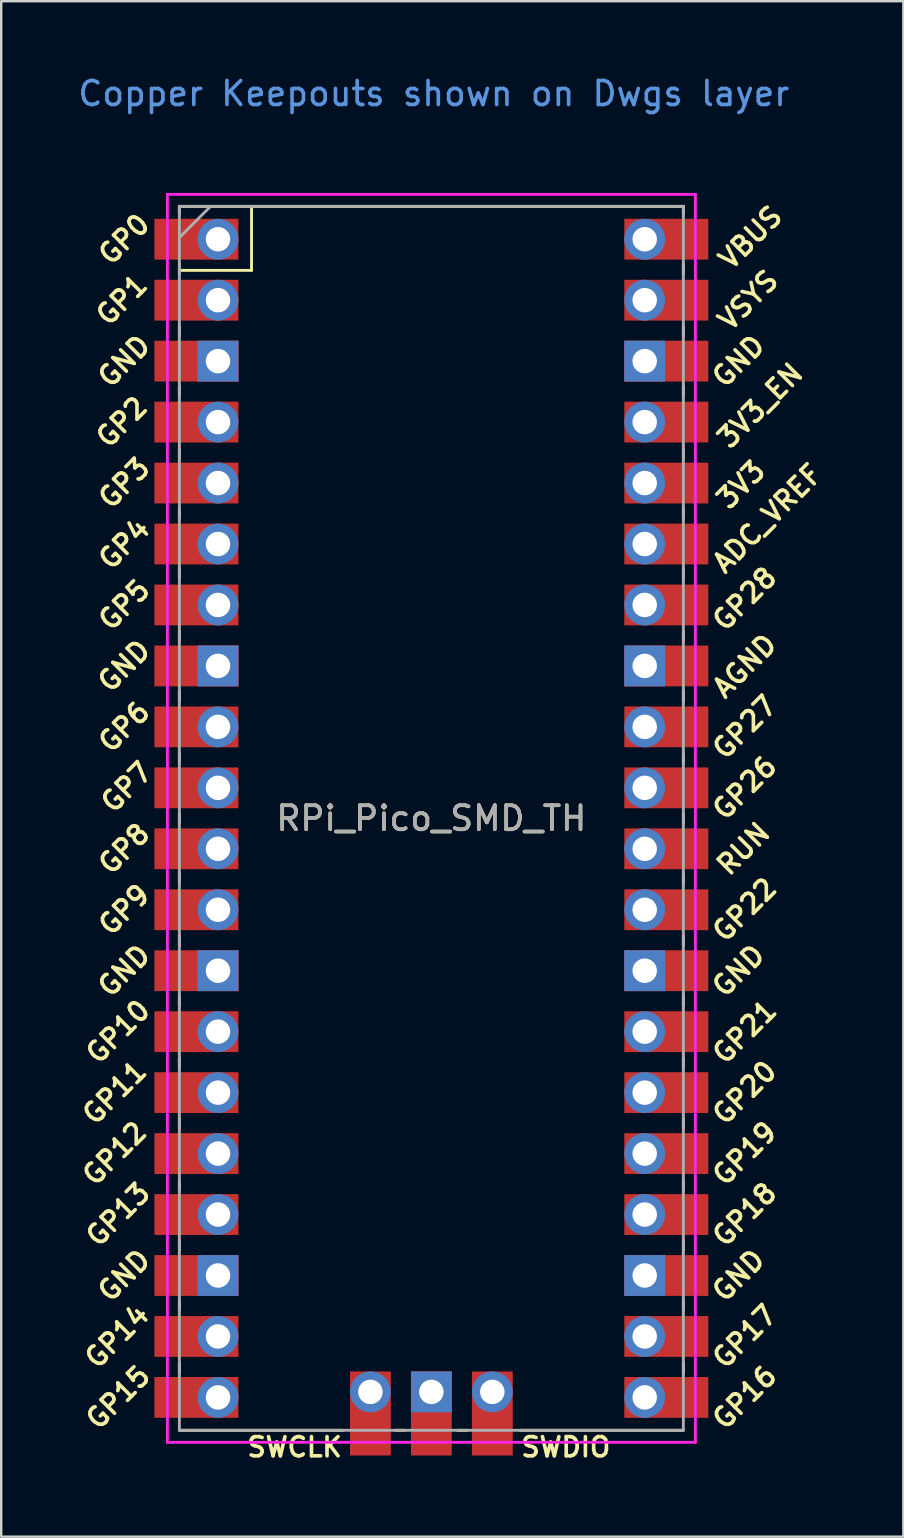
<source format=kicad_pcb>
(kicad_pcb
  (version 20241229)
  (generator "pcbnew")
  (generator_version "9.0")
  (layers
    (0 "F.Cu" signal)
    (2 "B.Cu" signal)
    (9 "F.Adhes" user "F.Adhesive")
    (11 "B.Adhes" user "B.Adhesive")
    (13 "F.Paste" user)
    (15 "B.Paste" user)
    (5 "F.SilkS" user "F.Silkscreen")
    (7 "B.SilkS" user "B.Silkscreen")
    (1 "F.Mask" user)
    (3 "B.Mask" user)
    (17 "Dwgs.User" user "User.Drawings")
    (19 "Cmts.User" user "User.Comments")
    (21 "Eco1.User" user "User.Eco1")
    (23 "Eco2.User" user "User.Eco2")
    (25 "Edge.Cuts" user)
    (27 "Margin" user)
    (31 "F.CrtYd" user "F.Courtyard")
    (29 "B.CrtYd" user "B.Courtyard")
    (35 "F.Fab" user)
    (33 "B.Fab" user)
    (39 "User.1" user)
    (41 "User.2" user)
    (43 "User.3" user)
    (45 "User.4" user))
  (footprint "RPi_Pico_SMD_TH"
    (layer "F.Cu")
    (at 14.924 31.048)
    (property "Reference" "RPi_Pico_SMD_TH" (at 0 0 0) (layer "F.SilkS") (effects (font (size 1 1) (thickness 0.15))))
    (attr through_hole)
    (fp_line (start -10.5 -25.5) (end -10.5 -25.2) (stroke (width 0.12) (type solid)) (layer "F.SilkS"))
    (fp_line (start -10.5 -25.5) (end 10.5 -25.5) (stroke (width 0.12) (type solid)) (layer "F.SilkS"))
    (fp_line (start -10.5 -23.1) (end -10.5 -22.7) (stroke (width 0.12) (type solid)) (layer "F.SilkS"))
    (fp_line (start -10.5 -22.833) (end -7.493 -22.833) (stroke (width 0.12) (type solid)) (layer "F.SilkS"))
    (fp_line (start -10.5 -20.5) (end -10.5 -20.1) (stroke (width 0.12) (type solid)) (layer "F.SilkS"))
    (fp_line (start -10.5 -18) (end -10.5 -17.6) (stroke (width 0.12) (type solid)) (layer "F.SilkS"))
    (fp_line (start -10.5 -15.4) (end -10.5 -15) (stroke (width 0.12) (type solid)) (layer "F.SilkS"))
    (fp_line (start -10.5 -12.9) (end -10.5 -12.5) (stroke (width 0.12) (type solid)) (layer "F.SilkS"))
    (fp_line (start -10.5 -10.4) (end -10.5 -10) (stroke (width 0.12) (type solid)) (layer "F.SilkS"))
    (fp_line (start -10.5 -7.8) (end -10.5 -7.4) (stroke (width 0.12) (type solid)) (layer "F.SilkS"))
    (fp_line (start -10.5 -5.3) (end -10.5 -4.9) (stroke (width 0.12) (type solid)) (layer "F.SilkS"))
    (fp_line (start -10.5 -2.7) (end -10.5 -2.3) (stroke (width 0.12) (type solid)) (layer "F.SilkS"))
    (fp_line (start -10.5 -0.2) (end -10.5 0.2) (stroke (width 0.12) (type solid)) (layer "F.SilkS"))
    (fp_line (start -10.5 2.3) (end -10.5 2.7) (stroke (width 0.12) (type solid)) (layer "F.SilkS"))
    (fp_line (start -10.5 4.9) (end -10.5 5.3) (stroke (width 0.12) (type solid)) (layer "F.SilkS"))
    (fp_line (start -10.5 7.4) (end -10.5 7.8) (stroke (width 0.12) (type solid)) (layer "F.SilkS"))
    (fp_line (start -10.5 10) (end -10.5 10.4) (stroke (width 0.12) (type solid)) (layer "F.SilkS"))
    (fp_line (start -10.5 12.5) (end -10.5 12.9) (stroke (width 0.12) (type solid)) (layer "F.SilkS"))
    (fp_line (start -10.5 15.1) (end -10.5 15.5) (stroke (width 0.12) (type solid)) (layer "F.SilkS"))
    (fp_line (start -10.5 17.6) (end -10.5 18) (stroke (width 0.12) (type solid)) (layer "F.SilkS"))
    (fp_line (start -10.5 20.1) (end -10.5 20.5) (stroke (width 0.12) (type solid)) (layer "F.SilkS"))
    (fp_line (start -10.5 22.7) (end -10.5 23.1) (stroke (width 0.12) (type solid)) (layer "F.SilkS"))
    (fp_line (start -7.493 -22.833) (end -7.493 -25.5) (stroke (width 0.12) (type solid)) (layer "F.SilkS"))
    (fp_line (start -3.7 25.5) (end -10.5 25.5) (stroke (width 0.12) (type solid)) (layer "F.SilkS"))
    (fp_line (start -1.5 25.5) (end -1.1 25.5) (stroke (width 0.12) (type solid)) (layer "F.SilkS"))
    (fp_line (start 1.1 25.5) (end 1.5 25.5) (stroke (width 0.12) (type solid)) (layer "F.SilkS"))
    (fp_line (start 10.5 -25.5) (end 10.5 -25.2) (stroke (width 0.12) (type solid)) (layer "F.SilkS"))
    (fp_line (start 10.5 -23.1) (end 10.5 -22.7) (stroke (width 0.12) (type solid)) (layer "F.SilkS"))
    (fp_line (start 10.5 -20.5) (end 10.5 -20.1) (stroke (width 0.12) (type solid)) (layer "F.SilkS"))
    (fp_line (start 10.5 -18) (end 10.5 -17.6) (stroke (width 0.12) (type solid)) (layer "F.SilkS"))
    (fp_line (start 10.5 -15.4) (end 10.5 -15) (stroke (width 0.12) (type solid)) (layer "F.SilkS"))
    (fp_line (start 10.5 -12.9) (end 10.5 -12.5) (stroke (width 0.12) (type solid)) (layer "F.SilkS"))
    (fp_line (start 10.5 -10.4) (end 10.5 -10) (stroke (width 0.12) (type solid)) (layer "F.SilkS"))
    (fp_line (start 10.5 -7.8) (end 10.5 -7.4) (stroke (width 0.12) (type solid)) (layer "F.SilkS"))
    (fp_line (start 10.5 -5.3) (end 10.5 -4.9) (stroke (width 0.12) (type solid)) (layer "F.SilkS"))
    (fp_line (start 10.5 -2.7) (end 10.5 -2.3) (stroke (width 0.12) (type solid)) (layer "F.SilkS"))
    (fp_line (start 10.5 -0.2) (end 10.5 0.2) (stroke (width 0.12) (type solid)) (layer "F.SilkS"))
    (fp_line (start 10.5 2.3) (end 10.5 2.7) (stroke (width 0.12) (type solid)) (layer "F.SilkS"))
    (fp_line (start 10.5 4.9) (end 10.5 5.3) (stroke (width 0.12) (type solid)) (layer "F.SilkS"))
    (fp_line (start 10.5 7.4) (end 10.5 7.8) (stroke (width 0.12) (type solid)) (layer "F.SilkS"))
    (fp_line (start 10.5 10) (end 10.5 10.4) (stroke (width 0.12) (type solid)) (layer "F.SilkS"))
    (fp_line (start 10.5 12.5) (end 10.5 12.9) (stroke (width 0.12) (type solid)) (layer "F.SilkS"))
    (fp_line (start 10.5 15.1) (end 10.5 15.5) (stroke (width 0.12) (type solid)) (layer "F.SilkS"))
    (fp_line (start 10.5 17.6) (end 10.5 18) (stroke (width 0.12) (type solid)) (layer "F.SilkS"))
    (fp_line (start 10.5 20.1) (end 10.5 20.5) (stroke (width 0.12) (type solid)) (layer "F.SilkS"))
    (fp_line (start 10.5 22.7) (end 10.5 23.1) (stroke (width 0.12) (type solid)) (layer "F.SilkS"))
    (fp_line (start 10.5 25.5) (end 3.7 25.5) (stroke (width 0.12) (type solid)) (layer "F.SilkS"))
    (fp_line (start -11 -26) (end 11 -26) (stroke (width 0.12) (type solid)) (layer "F.CrtYd"))
    (fp_line (start -11 26) (end -11 -26) (stroke (width 0.12) (type solid)) (layer "F.CrtYd"))
    (fp_line (start 11 -26) (end 11 26) (stroke (width 0.12) (type solid)) (layer "F.CrtYd"))
    (fp_line (start 11 26) (end -11 26) (stroke (width 0.12) (type solid)) (layer "F.CrtYd"))
    (fp_line (start -10.5 -25.5) (end 10.5 -25.5) (stroke (width 0.12) (type solid)) (layer "F.Fab"))
    (fp_line (start -10.5 -24.2) (end -9.2 -25.5) (stroke (width 0.12) (type solid)) (layer "F.Fab"))
    (fp_line (start -10.5 25.5) (end -10.5 -25.5) (stroke (width 0.12) (type solid)) (layer "F.Fab"))
    (fp_line (start 10.5 -25.5) (end 10.5 25.5) (stroke (width 0.12) (type solid)) (layer "F.Fab"))
    (fp_line (start 10.5 25.5) (end -10.5 25.5) (stroke (width 0.12) (type solid)) (layer "F.Fab"))
    (fp_text user "GND" (at 12.8 -19.05 45) (layer "F.SilkS") (effects (font (size 0.8 0.8) (thickness 0.15))))
    (fp_text user "GND" (at -12.8 -6.35 45) (layer "F.SilkS") (effects (font (size 0.8 0.8) (thickness 0.15))))
    (fp_text user "GP11" (at -13.2 11.43 45) (layer "F.SilkS") (effects (font (size 0.8 0.8) (thickness 0.15))))
    (fp_text user "GND" (at 12.8 19.05 45) (layer "F.SilkS") (effects (font (size 0.8 0.8) (thickness 0.15))))
    (fp_text user "GP7" (at -12.7 -1.3 45) (layer "F.SilkS") (effects (font (size 0.8 0.8) (thickness 0.15))))
    (fp_text user "VSYS" (at 13.2 -21.59 45) (layer "F.SilkS") (effects (font (size 0.8 0.8) (thickness 0.15))))
    (fp_text user "SWCLK" (at -5.7 26.2 0) (layer "F.SilkS") (effects (font (size 0.8 0.8) (thickness 0.15))))
    (fp_text user "GP12" (at -13.2 13.97 45) (layer "F.SilkS") (effects (font (size 0.8 0.8) (thickness 0.15))))
    (fp_text user "GP2" (at -12.9 -16.51 45) (layer "F.SilkS") (effects (font (size 0.8 0.8) (thickness 0.15))))
    (fp_text user "GP14" (at -13.1 21.59 45) (layer "F.SilkS") (effects (font (size 0.8 0.8) (thickness 0.15))))
    (fp_text user "GP28" (at 13.054 -9.144 45) (layer "F.SilkS") (effects (font (size 0.8 0.8) (thickness 0.15))))
    (fp_text user "GP19" (at 13.054 13.97 45) (layer "F.SilkS") (effects (font (size 0.8 0.8) (thickness 0.15))))
    (fp_text user "GP6" (at -12.8 -3.81 45) (layer "F.SilkS") (effects (font (size 0.8 0.8) (thickness 0.15))))
    (fp_text user "VBUS" (at 13.3 -24.2 45) (layer "F.SilkS") (effects (font (size 0.8 0.8) (thickness 0.15))))
    (fp_text user "GP18" (at 13.054 16.51 45) (layer "F.SilkS") (effects (font (size 0.8 0.8) (thickness 0.15))))
    (fp_text user "GP22" (at 13.054 3.81 45) (layer "F.SilkS") (effects (font (size 0.8 0.8) (thickness 0.15))))
    (fp_text user "3V3_EN" (at 13.7 -17.2 45) (layer "F.SilkS") (effects (font (size 0.8 0.8) (thickness 0.15))))
    (fp_text user "3V3" (at 12.9 -13.9 45) (layer "F.SilkS") (effects (font (size 0.8 0.8) (thickness 0.15))))
    (fp_text user "GP3" (at -12.8 -13.97 45) (layer "F.SilkS") (effects (font (size 0.8 0.8) (thickness 0.15))))
    (fp_text user "ADC_VREF" (at 14 -12.5 45) (layer "F.SilkS") (effects (font (size 0.8 0.8) (thickness 0.15))))
    (fp_text user "GP16" (at 13.054 24.13 45) (layer "F.SilkS") (effects (font (size 0.8 0.8) (thickness 0.15))))
    (fp_text user "GP26" (at 13.054 -1.27 45) (layer "F.SilkS") (effects (font (size 0.8 0.8) (thickness 0.15))))
    (fp_text user "GND" (at -12.8 -19.05 45) (layer "F.SilkS") (effects (font (size 0.8 0.8) (thickness 0.15))))
    (fp_text user "GP27" (at 13.054 -3.8 45) (layer "F.SilkS") (effects (font (size 0.8 0.8) (thickness 0.15))))
    (fp_text user "GP9" (at -12.8 3.81 45) (layer "F.SilkS") (effects (font (size 0.8 0.8) (thickness 0.15))))
    (fp_text user "GP20" (at 13.054 11.43 45) (layer "F.SilkS") (effects (font (size 0.8 0.8) (thickness 0.15))))
    (fp_text user "GP5" (at -12.8 -8.89 45) (layer "F.SilkS") (effects (font (size 0.8 0.8) (thickness 0.15))))
    (fp_text user "GP21" (at 13.054 8.9 45) (layer "F.SilkS") (effects (font (size 0.8 0.8) (thickness 0.15))))
    (fp_text user "GP4" (at -12.8 -11.43 45) (layer "F.SilkS") (effects (font (size 0.8 0.8) (thickness 0.15))))
    (fp_text user "GP0" (at -12.8 -24.13 45) (layer "F.SilkS") (effects (font (size 0.8 0.8) (thickness 0.15))))
    (fp_text user "GP10" (at -13.054 8.89 45) (layer "F.SilkS") (effects (font (size 0.8 0.8) (thickness 0.15))))
    (fp_text user "GND" (at -12.8 6.35 45) (layer "F.SilkS") (effects (font (size 0.8 0.8) (thickness 0.15))))
    (fp_text user "GP15" (at -13.054 24.13 45) (layer "F.SilkS") (effects (font (size 0.8 0.8) (thickness 0.15))))
    (fp_text user "GND" (at 12.8 6.35 45) (layer "F.SilkS") (effects (font (size 0.8 0.8) (thickness 0.15))))
    (fp_text user "AGND" (at 13.054 -6.35 45) (layer "F.SilkS") (effects (font (size 0.8 0.8) (thickness 0.15))))
    (fp_text user "RUN" (at 13 1.27 45) (layer "F.SilkS") (effects (font (size 0.8 0.8) (thickness 0.15))))
    (fp_text user "SWDIO" (at 5.6 26.2 0) (layer "F.SilkS") (effects (font (size 0.8 0.8) (thickness 0.15))))
    (fp_text user "GND" (at -12.8 19.05 45) (layer "F.SilkS") (effects (font (size 0.8 0.8) (thickness 0.15))))
    (fp_text user "GP13" (at -13.054 16.51 45) (layer "F.SilkS") (effects (font (size 0.8 0.8) (thickness 0.15))))
    (fp_text user "GP17" (at 13.054 21.59 45) (layer "F.SilkS") (effects (font (size 0.8 0.8) (thickness 0.15))))
    (fp_text user "GP8" (at -12.8 1.27 45) (layer "F.SilkS") (effects (font (size 0.8 0.8) (thickness 0.15))))
    (fp_text user "GP1" (at -12.9 -21.6 45) (layer "F.SilkS") (effects (font (size 0.8 0.8) (thickness 0.15))))
    (fp_text user "Copper Keepouts shown on Dwgs layer" (at 0.1 -30.2 0) (layer "Cmts.User") (effects (font (size 1 1) (thickness 0.15))))
    (fp_text user "${REFERENCE}" (at 0 0 180) (layer "F.Fab") (effects (font (size 1 1) (thickness 0.15))))
    (pad "1" thru_hole oval (at -8.89 -24.13) (size 1.7 1.7) (drill 1.02) (layers "*.Cu" "*.Mask"))
    (pad "1" smd rect (at -8.89 -24.13) (size 3.5 1.7) (drill (offset -0.9 0)) (layers "F.Cu" "F.Mask"))
    (pad "2" thru_hole oval (at -8.89 -21.59) (size 1.7 1.7) (drill 1.02) (layers "*.Cu" "*.Mask"))
    (pad "2" smd rect (at -8.89 -21.59) (size 3.5 1.7) (drill (offset -0.9 0)) (layers "F.Cu" "F.Mask"))
    (pad "3" thru_hole rect (at -8.89 -19.05) (size 1.7 1.7) (drill 1.02) (layers "*.Cu" "*.Mask"))
    (pad "3" smd rect (at -8.89 -19.05) (size 3.5 1.7) (drill (offset -0.9 0)) (layers "F.Cu" "F.Mask"))
    (pad "4" thru_hole oval (at -8.89 -16.51) (size 1.7 1.7) (drill 1.02) (layers "*.Cu" "*.Mask"))
    (pad "4" smd rect (at -8.89 -16.51) (size 3.5 1.7) (drill (offset -0.9 0)) (layers "F.Cu" "F.Mask"))
    (pad "5" thru_hole oval (at -8.89 -13.97) (size 1.7 1.7) (drill 1.02) (layers "*.Cu" "*.Mask"))
    (pad "5" smd rect (at -8.89 -13.97) (size 3.5 1.7) (drill (offset -0.9 0)) (layers "F.Cu" "F.Mask"))
    (pad "6" thru_hole oval (at -8.89 -11.43) (size 1.7 1.7) (drill 1.02) (layers "*.Cu" "*.Mask"))
    (pad "6" smd rect (at -8.89 -11.43) (size 3.5 1.7) (drill (offset -0.9 0)) (layers "F.Cu" "F.Mask"))
    (pad "7" thru_hole oval (at -8.89 -8.89) (size 1.7 1.7) (drill 1.02) (layers "*.Cu" "*.Mask"))
    (pad "7" smd rect (at -8.89 -8.89) (size 3.5 1.7) (drill (offset -0.9 0)) (layers "F.Cu" "F.Mask"))
    (pad "8" thru_hole rect (at -8.89 -6.35) (size 1.7 1.7) (drill 1.02) (layers "*.Cu" "*.Mask"))
    (pad "8" smd rect (at -8.89 -6.35) (size 3.5 1.7) (drill (offset -0.9 0)) (layers "F.Cu" "F.Mask"))
    (pad "9" thru_hole oval (at -8.89 -3.81) (size 1.7 1.7) (drill 1.02) (layers "*.Cu" "*.Mask"))
    (pad "9" smd rect (at -8.89 -3.81) (size 3.5 1.7) (drill (offset -0.9 0)) (layers "F.Cu" "F.Mask"))
    (pad "10" thru_hole oval (at -8.89 -1.27) (size 1.7 1.7) (drill 1.02) (layers "*.Cu" "*.Mask"))
    (pad "10" smd rect (at -8.89 -1.27) (size 3.5 1.7) (drill (offset -0.9 0)) (layers "F.Cu" "F.Mask"))
    (pad "11" thru_hole oval (at -8.89 1.27) (size 1.7 1.7) (drill 1.02) (layers "*.Cu" "*.Mask"))
    (pad "11" smd rect (at -8.89 1.27) (size 3.5 1.7) (drill (offset -0.9 0)) (layers "F.Cu" "F.Mask"))
    (pad "12" thru_hole oval (at -8.89 3.81) (size 1.7 1.7) (drill 1.02) (layers "*.Cu" "*.Mask"))
    (pad "12" smd rect (at -8.89 3.81) (size 3.5 1.7) (drill (offset -0.9 0)) (layers "F.Cu" "F.Mask"))
    (pad "13" thru_hole rect (at -8.89 6.35) (size 1.7 1.7) (drill 1.02) (layers "*.Cu" "*.Mask"))
    (pad "13" smd rect (at -8.89 6.35) (size 3.5 1.7) (drill (offset -0.9 0)) (layers "F.Cu" "F.Mask"))
    (pad "14" thru_hole oval (at -8.89 8.89) (size 1.7 1.7) (drill 1.02) (layers "*.Cu" "*.Mask"))
    (pad "14" smd rect (at -8.89 8.89) (size 3.5 1.7) (drill (offset -0.9 0)) (layers "F.Cu" "F.Mask"))
    (pad "15" thru_hole oval (at -8.89 11.43) (size 1.7 1.7) (drill 1.02) (layers "*.Cu" "*.Mask"))
    (pad "15" smd rect (at -8.89 11.43) (size 3.5 1.7) (drill (offset -0.9 0)) (layers "F.Cu" "F.Mask"))
    (pad "16" thru_hole oval (at -8.89 13.97) (size 1.7 1.7) (drill 1.02) (layers "*.Cu" "*.Mask"))
    (pad "16" smd rect (at -8.89 13.97) (size 3.5 1.7) (drill (offset -0.9 0)) (layers "F.Cu" "F.Mask"))
    (pad "17" thru_hole oval (at -8.89 16.51) (size 1.7 1.7) (drill 1.02) (layers "*.Cu" "*.Mask"))
    (pad "17" smd rect (at -8.89 16.51) (size 3.5 1.7) (drill (offset -0.9 0)) (layers "F.Cu" "F.Mask"))
    (pad "18" thru_hole rect (at -8.89 19.05) (size 1.7 1.7) (drill 1.02) (layers "*.Cu" "*.Mask"))
    (pad "18" smd rect (at -8.89 19.05) (size 3.5 1.7) (drill (offset -0.9 0)) (layers "F.Cu" "F.Mask"))
    (pad "19" thru_hole oval (at -8.89 21.59) (size 1.7 1.7) (drill 1.02) (layers "*.Cu" "*.Mask"))
    (pad "19" smd rect (at -8.89 21.59) (size 3.5 1.7) (drill (offset -0.9 0)) (layers "F.Cu" "F.Mask"))
    (pad "20" thru_hole oval (at -8.89 24.13) (size 1.7 1.7) (drill 1.02) (layers "*.Cu" "*.Mask"))
    (pad "20" smd rect (at -8.89 24.13) (size 3.5 1.7) (drill (offset -0.9 0)) (layers "F.Cu" "F.Mask"))
    (pad "21" thru_hole oval (at 8.89 24.13) (size 1.7 1.7) (drill 1.02) (layers "*.Cu" "*.Mask"))
    (pad "21" smd rect (at 8.89 24.13) (size 3.5 1.7) (drill (offset 0.9 0)) (layers "F.Cu" "F.Mask"))
    (pad "22" thru_hole oval (at 8.89 21.59) (size 1.7 1.7) (drill 1.02) (layers "*.Cu" "*.Mask"))
    (pad "22" smd rect (at 8.89 21.59) (size 3.5 1.7) (drill (offset 0.9 0)) (layers "F.Cu" "F.Mask"))
    (pad "23" thru_hole rect (at 8.89 19.05) (size 1.7 1.7) (drill 1.02) (layers "*.Cu" "*.Mask"))
    (pad "23" smd rect (at 8.89 19.05) (size 3.5 1.7) (drill (offset 0.9 0)) (layers "F.Cu" "F.Mask"))
    (pad "24" thru_hole oval (at 8.89 16.51) (size 1.7 1.7) (drill 1.02) (layers "*.Cu" "*.Mask"))
    (pad "24" smd rect (at 8.89 16.51) (size 3.5 1.7) (drill (offset 0.9 0)) (layers "F.Cu" "F.Mask"))
    (pad "25" thru_hole oval (at 8.89 13.97) (size 1.7 1.7) (drill 1.02) (layers "*.Cu" "*.Mask"))
    (pad "25" smd rect (at 8.89 13.97) (size 3.5 1.7) (drill (offset 0.9 0)) (layers "F.Cu" "F.Mask"))
    (pad "26" thru_hole oval (at 8.89 11.43) (size 1.7 1.7) (drill 1.02) (layers "*.Cu" "*.Mask"))
    (pad "26" smd rect (at 8.89 11.43) (size 3.5 1.7) (drill (offset 0.9 0)) (layers "F.Cu" "F.Mask"))
    (pad "27" thru_hole oval (at 8.89 8.89) (size 1.7 1.7) (drill 1.02) (layers "*.Cu" "*.Mask"))
    (pad "27" smd rect (at 8.89 8.89) (size 3.5 1.7) (drill (offset 0.9 0)) (layers "F.Cu" "F.Mask"))
    (pad "28" thru_hole rect (at 8.89 6.35) (size 1.7 1.7) (drill 1.02) (layers "*.Cu" "*.Mask"))
    (pad "28" smd rect (at 8.89 6.35) (size 3.5 1.7) (drill (offset 0.9 0)) (layers "F.Cu" "F.Mask"))
    (pad "29" thru_hole oval (at 8.89 3.81) (size 1.7 1.7) (drill 1.02) (layers "*.Cu" "*.Mask"))
    (pad "29" smd rect (at 8.89 3.81) (size 3.5 1.7) (drill (offset 0.9 0)) (layers "F.Cu" "F.Mask"))
    (pad "30" thru_hole oval (at 8.89 1.27) (size 1.7 1.7) (drill 1.02) (layers "*.Cu" "*.Mask"))
    (pad "30" smd rect (at 8.89 1.27) (size 3.5 1.7) (drill (offset 0.9 0)) (layers "F.Cu" "F.Mask"))
    (pad "31" thru_hole oval (at 8.89 -1.27) (size 1.7 1.7) (drill 1.02) (layers "*.Cu" "*.Mask"))
    (pad "31" smd rect (at 8.89 -1.27) (size 3.5 1.7) (drill (offset 0.9 0)) (layers "F.Cu" "F.Mask"))
    (pad "32" thru_hole oval (at 8.89 -3.81) (size 1.7 1.7) (drill 1.02) (layers "*.Cu" "*.Mask"))
    (pad "32" smd rect (at 8.89 -3.81) (size 3.5 1.7) (drill (offset 0.9 0)) (layers "F.Cu" "F.Mask"))
    (pad "33" thru_hole rect (at 8.89 -6.35) (size 1.7 1.7) (drill 1.02) (layers "*.Cu" "*.Mask"))
    (pad "33" smd rect (at 8.89 -6.35) (size 3.5 1.7) (drill (offset 0.9 0)) (layers "F.Cu" "F.Mask"))
    (pad "34" thru_hole oval (at 8.89 -8.89) (size 1.7 1.7) (drill 1.02) (layers "*.Cu" "*.Mask"))
    (pad "34" smd rect (at 8.89 -8.89) (size 3.5 1.7) (drill (offset 0.9 0)) (layers "F.Cu" "F.Mask"))
    (pad "35" thru_hole oval (at 8.89 -11.43) (size 1.7 1.7) (drill 1.02) (layers "*.Cu" "*.Mask"))
    (pad "35" smd rect (at 8.89 -11.43) (size 3.5 1.7) (drill (offset 0.9 0)) (layers "F.Cu" "F.Mask"))
    (pad "36" thru_hole oval (at 8.89 -13.97) (size 1.7 1.7) (drill 1.02) (layers "*.Cu" "*.Mask"))
    (pad "36" smd rect (at 8.89 -13.97) (size 3.5 1.7) (drill (offset 0.9 0)) (layers "F.Cu" "F.Mask"))
    (pad "37" thru_hole oval (at 8.89 -16.51) (size 1.7 1.7) (drill 1.02) (layers "*.Cu" "*.Mask"))
    (pad "37" smd rect (at 8.89 -16.51) (size 3.5 1.7) (drill (offset 0.9 0)) (layers "F.Cu" "F.Mask"))
    (pad "38" thru_hole rect (at 8.89 -19.05) (size 1.7 1.7) (drill 1.02) (layers "*.Cu" "*.Mask"))
    (pad "38" smd rect (at 8.89 -19.05) (size 3.5 1.7) (drill (offset 0.9 0)) (layers "F.Cu" "F.Mask"))
    (pad "39" thru_hole oval (at 8.89 -21.59) (size 1.7 1.7) (drill 1.02) (layers "*.Cu" "*.Mask"))
    (pad "39" smd rect (at 8.89 -21.59) (size 3.5 1.7) (drill (offset 0.9 0)) (layers "F.Cu" "F.Mask"))
    (pad "40" thru_hole oval (at 8.89 -24.13) (size 1.7 1.7) (drill 1.02) (layers "*.Cu" "*.Mask"))
    (pad "40" smd rect (at 8.89 -24.13) (size 3.5 1.7) (drill (offset 0.9 0)) (layers "F.Cu" "F.Mask"))
    (pad "41" thru_hole oval (at -2.54 23.9) (size 1.7 1.7) (drill 1.02) (layers "*.Cu" "*.Mask"))
    (pad "41" smd rect (at -2.54 23.9 90) (size 3.5 1.7) (drill (offset -0.9 0)) (layers "F.Cu" "F.Mask"))
    (pad "42" thru_hole rect (at 0 23.9) (size 1.7 1.7) (drill 1.02) (layers "*.Cu" "*.Mask"))
    (pad "42" smd rect (at 0 23.9 90) (size 3.5 1.7) (drill (offset -0.9 0)) (layers "F.Cu" "F.Mask"))
    (pad "43" thru_hole oval (at 2.54 23.9) (size 1.7 1.7) (drill 1.02) (layers "*.Cu" "*.Mask"))
    (pad "43" smd rect (at 2.54 23.9 90) (size 3.5 1.7) (drill (offset -0.9 0)) (layers "F.Cu" "F.Mask")))
  (gr_rect
    (start -3 -3)
    (end 34.591 60.98)
    (stroke (width 0.1) (type default))
    (fill no)
    (layer "Edge.Cuts")))
</source>
